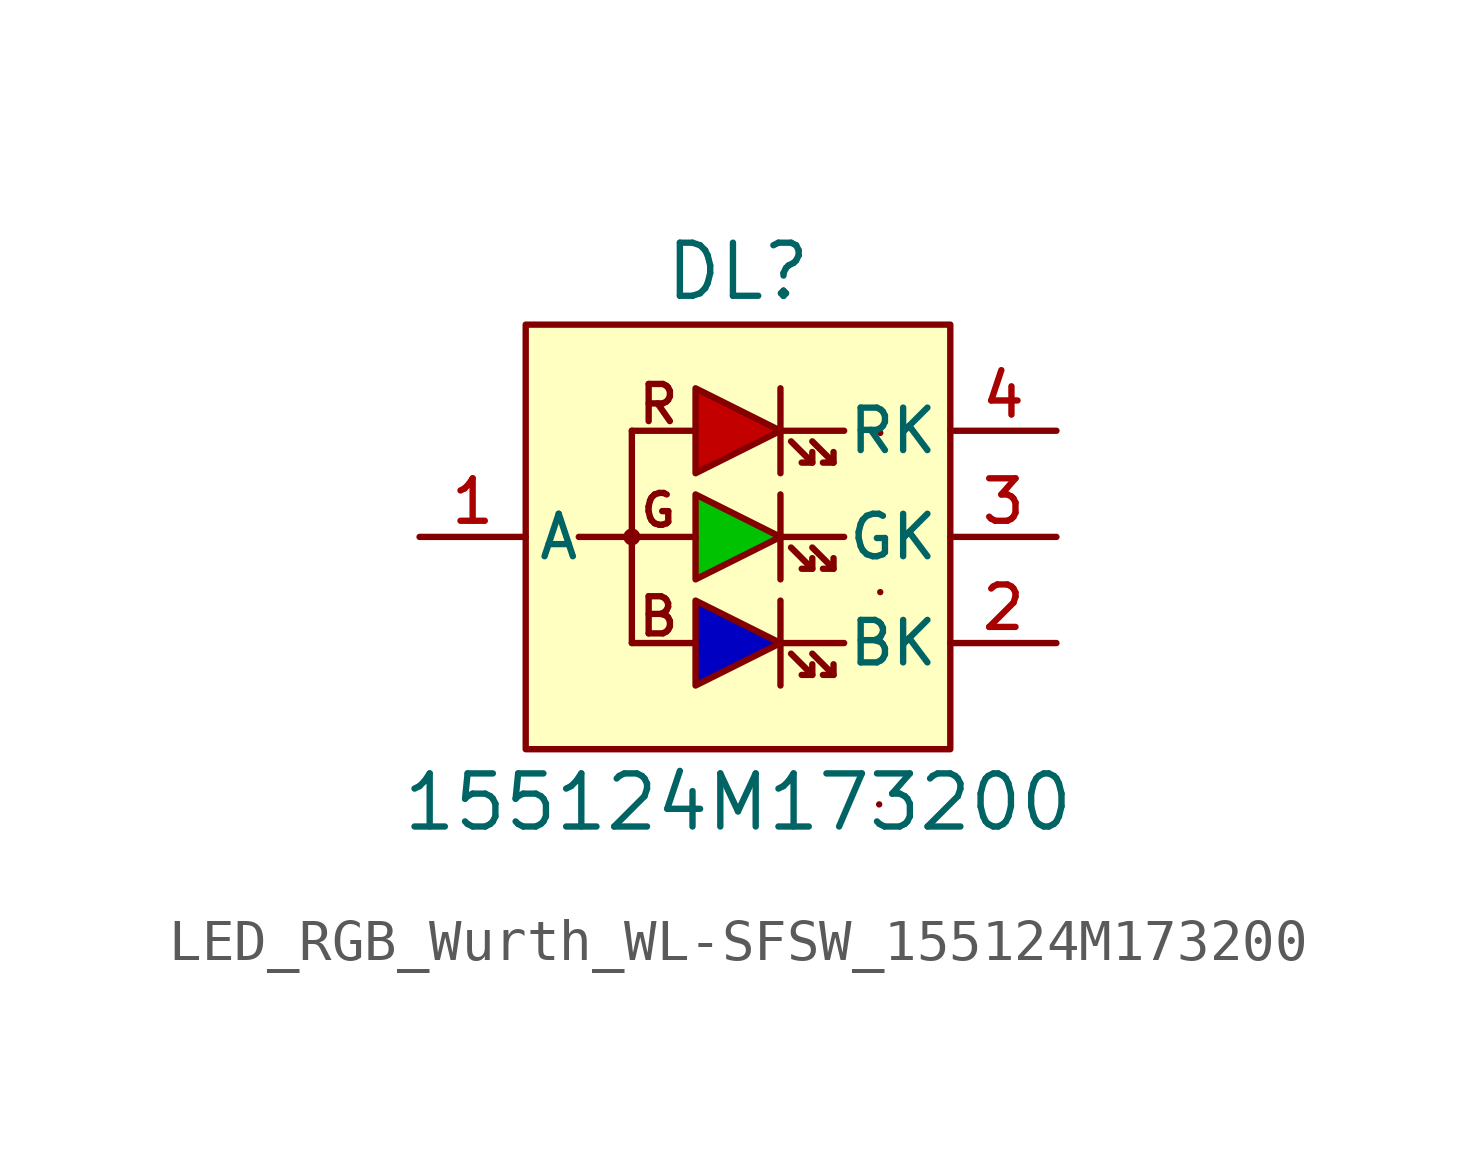
<source format=kicad_sym>
(kicad_symbol_lib
  (version 20220914)
  (generator kicad_symbol_editor)
  (symbol "LED_RGB_Wurth_WL-SFSW_155124M173200"
    (pin_names
      (offset 0.254))
    (property "Reference" "DL"
      (at 0 6.35 0)
      (effects (font (size 1.27 1.27))))
    (property "Value" "155124M173200"
      (at 0 -6.35 0)
      (effects (font (size 1.27 1.27))))
    (symbol "LED_RGB_Wurth_WL-SFSW_155124M173200_0_1"
      (polyline (pts (xy -2.54 -2.54) (xy -1.016 -2.54)) (stroke (width 0) (type default)) (fill (type none)))
      (polyline (pts (xy -2.54 0) (xy -3.81 0)) (stroke (width 0) (type default)) (fill (type none)))
      (polyline (pts (xy -2.54 0) (xy -1.016 0)) (stroke (width 0) (type default)) (fill (type none)))
      (polyline (pts (xy -2.54 2.54) (xy -1.016 2.54)) (stroke (width 0) (type default)) (fill (type none)))
      (polyline (pts (xy 1.016 -1.524) (xy 1.016 -3.556)) (stroke (width 0) (type default)) (fill (type none)))
      (polyline (pts (xy 1.016 1.016) (xy 1.016 -1.016)) (stroke (width 0) (type default)) (fill (type none)))
      (polyline (pts (xy 1.016 2.54) (xy 2.54 2.54)) (stroke (width 0) (type default)) (fill (type none)))
      (polyline (pts (xy 1.016 3.556) (xy 1.016 1.524)) (stroke (width 0) (type default)) (fill (type none)))
      (polyline (pts (xy 1.778 -3.302) (xy 1.27 -2.794)) (stroke (width 0) (type default)) (fill (type none)))
      (polyline (pts (xy 1.778 -0.762) (xy 1.27 -0.254)) (stroke (width 0) (type default)) (fill (type none)))
      (polyline (pts (xy 1.778 1.778) (xy 1.27 2.286)) (stroke (width 0) (type default)) (fill (type none)))
      (polyline (pts (xy 2.286 -3.302) (xy 1.778 -2.794)) (stroke (width 0) (type default)) (fill (type none)))
      (polyline (pts (xy 2.286 -0.762) (xy 1.778 -0.254)) (stroke (width 0) (type default)) (fill (type none)))
      (polyline (pts (xy 2.286 1.778) (xy 1.778 2.286)) (stroke (width 0) (type default)) (fill (type none)))
      (polyline (pts (xy 2.54 -2.54) (xy 1.016 -2.54)) (stroke (width 0) (type default)) (fill (type none)))
      (polyline (pts (xy 2.54 0) (xy 1.016 0)) (stroke (width 0) (type default)) (fill (type none)))
      (polyline (pts (xy 3.378 -6.401) (xy 3.378 -6.401)) (stroke (width 0) (type default)) (fill (type none)))
      (polyline (pts (xy 3.404 -1.321) (xy 3.404 -1.321)) (stroke (width 0) (type default)) (fill (type none)))
      (polyline (pts (xy 3.404 2.489) (xy 3.404 2.489)) (stroke (width 0) (type default)) (fill (type none)))
      (polyline (pts (xy 1.778 -3.048) (xy 1.778 -3.302) (xy 1.524 -3.302)) (stroke (width 0) (type default)) (fill (type none)))
      (polyline (pts (xy 1.778 -0.508) (xy 1.778 -0.762) (xy 1.524 -0.762)) (stroke (width 0) (type default)) (fill (type none)))
      (polyline (pts (xy 1.778 2.032) (xy 1.778 1.778) (xy 1.524 1.778)) (stroke (width 0) (type default)) (fill (type none)))
      (polyline (pts (xy 2.286 -3.048) (xy 2.286 -3.302) (xy 2.032 -3.302)) (stroke (width 0) (type default)) (fill (type none)))
      (polyline (pts (xy 2.286 -0.508) (xy 2.286 -0.762) (xy 2.032 -0.762)) (stroke (width 0) (type default)) (fill (type none)))
      (polyline (pts (xy 2.286 2.032) (xy 2.286 1.778) (xy 2.032 1.778)) (stroke (width 0) (type default)) (fill (type none))))
    (symbol "LED_RGB_Wurth_WL-SFSW_155124M173200_1_0"
      (polyline (pts (xy -2.54 2.54) (xy -2.54 -2.54)) (stroke (width 0) (type default)) (fill (type none)))
      (text "B" (at -1.905 -1.905 0) (effects (font (size 0.889 0.889))))
      (text "G" (at -1.905 0.635 0) (effects (font (size 0.762 0.762))))
      (text "R" (at -1.905 3.175 0) (effects (font (size 0.889 0.889)))))
    (symbol "LED_RGB_Wurth_WL-SFSW_155124M173200_1_1"
      (rectangle (start -5.08 5.08) (end 5.08 -5.08) (stroke (width 0) (type default)) (fill (type background)))
      (circle (center -2.54 0) (radius 0.127) (stroke (width 0) (type default)) (fill (type outline)))
      (polyline (pts (xy 1.016 -2.54) (xy -1.016 -1.524) (xy -1.016 -3.556) (xy 1.016 -2.54)) (stroke (width 0) (type default)) (fill (type color) (color 0 0 194 1)))
      (polyline (pts (xy 1.016 0) (xy -1.016 1.016) (xy -1.016 -1.016) (xy 1.016 0)) (stroke (width 0) (type default)) (fill (type color) (color 0 194 0 1)))
      (polyline (pts (xy 1.016 2.54) (xy -1.016 3.556) (xy -1.016 1.524) (xy 1.016 2.54)) (stroke (width 0) (type default)) (fill (type color) (color 194 0 0 1)))
      (pin passive line (at -7.62 0 0) (length 2.54) (name "A" (effects (font (size 1.016 1.016)))) (number "1" (effects (font (size 1.016 1.016)))))
      (pin passive line (at 7.62 -2.54 180) (length 2.54) (name "BK" (effects (font (size 1.016 1.016)))) (number "2" (effects (font (size 1.016 1.016)))))
      (pin passive line (at 7.62 0 180) (length 2.54) (name "GK" (effects (font (size 1.016 1.016)))) (number "3" (effects (font (size 1.016 1.016)))))
      (pin passive line (at 7.62 2.54 180) (length 2.54) (name "RK" (effects (font (size 1.016 1.016)))) (number "4" (effects (font (size 1.016 1.016))))))))
</source>
